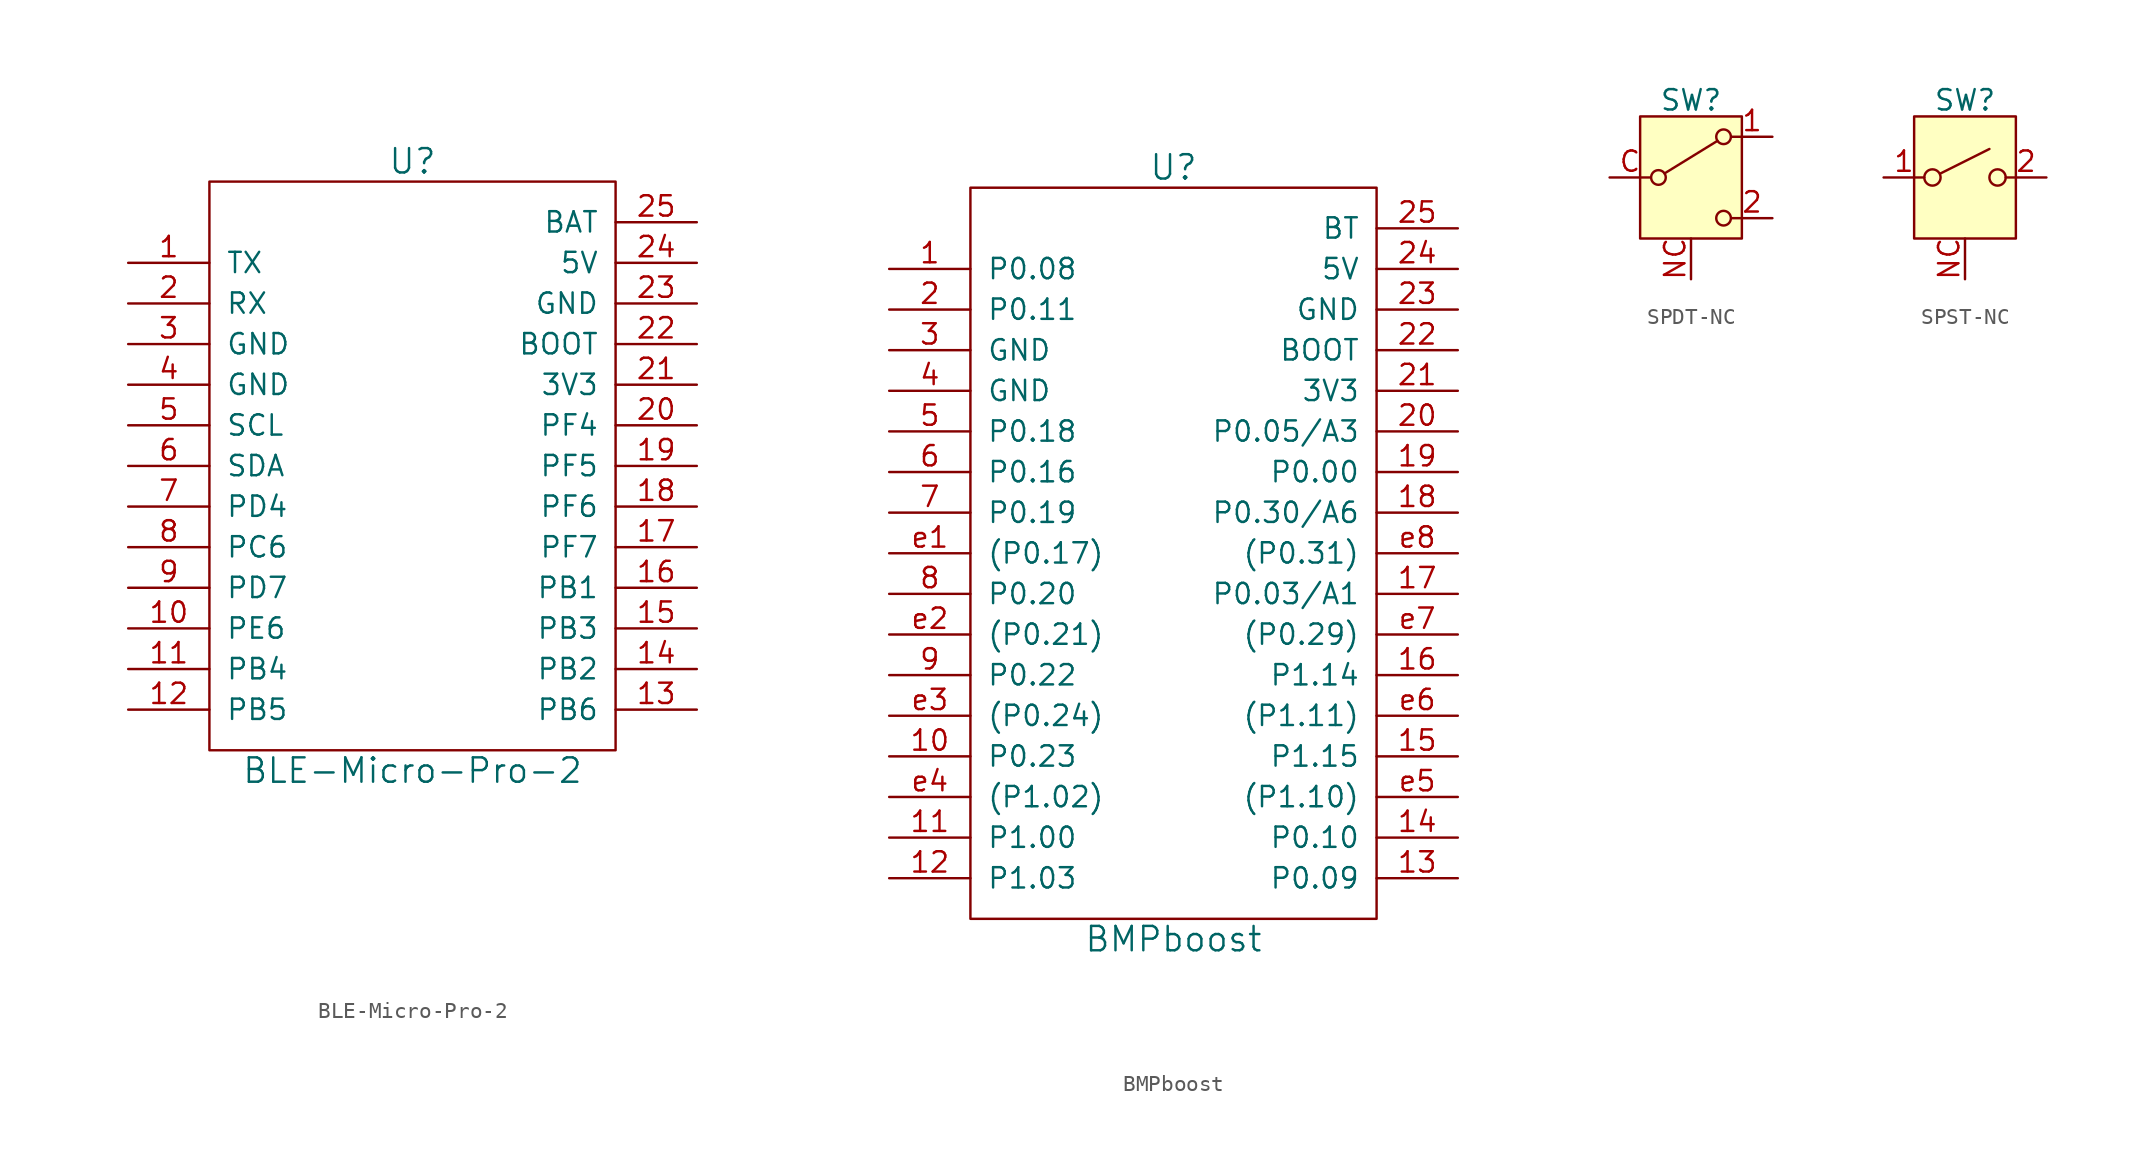
<source format=kicad_sym>
(kicad_symbol_lib
  (version 20241209)
  (generator "kicad_symbol_editor")
  (generator_version "9.0")
  (symbol "BLE-Micro-Pro-2"
    (pin_names
      (offset 1.016))
    (property "Reference" "U"
      (at 0 20.32 0)
      (effects (font (size 1.524 1.524))))
    (property "Value" "BLE-Micro-Pro-2"
      (at 0 -17.78 0)
      (effects (font (size 1.524 1.524))))
    (property "Footprint" ""
      (at 2.54 -26.67 0)
      (effects (font (size 1.524 1.524))))
    (property "Datasheet" ""
      (at 2.54 -26.67 0)
      (effects (font (size 1.524 1.524))))
    (symbol "BLE-Micro-Pro-2_0_1"
      (rectangle (start -12.7 19.05) (end 12.7 -16.51) (stroke (width 0) (type solid)) (fill (type none))))
    (symbol "BLE-Micro-Pro-2_1_1"
      (pin bidirectional line (at -17.78 13.97 0) (length 5.08) (name "TX" (effects (font (size 1.27 1.27)))) (number "1" (effects (font (size 1.27 1.27)))))
      (pin bidirectional line (at -17.78 11.43 0) (length 5.08) (name "RX" (effects (font (size 1.27 1.27)))) (number "2" (effects (font (size 1.27 1.27)))))
      (pin power_in line (at -17.78 8.89 0) (length 5.08) (name "GND" (effects (font (size 1.27 1.27)))) (number "3" (effects (font (size 1.27 1.27)))))
      (pin power_in line (at -17.78 6.35 0) (length 5.08) (name "GND" (effects (font (size 1.27 1.27)))) (number "4" (effects (font (size 1.27 1.27)))))
      (pin bidirectional line (at -17.78 3.81 0) (length 5.08) (name "SCL" (effects (font (size 1.27 1.27)))) (number "5" (effects (font (size 1.27 1.27)))))
      (pin bidirectional line (at -17.78 1.27 0) (length 5.08) (name "SDA" (effects (font (size 1.27 1.27)))) (number "6" (effects (font (size 1.27 1.27)))))
      (pin bidirectional line (at -17.78 -1.27 0) (length 5.08) (name "PD4" (effects (font (size 1.27 1.27)))) (number "7" (effects (font (size 1.27 1.27)))))
      (pin bidirectional line (at -17.78 -3.81 0) (length 5.08) (name "PC6" (effects (font (size 1.27 1.27)))) (number "8" (effects (font (size 1.27 1.27)))))
      (pin bidirectional line (at -17.78 -6.35 0) (length 5.08) (name "PD7" (effects (font (size 1.27 1.27)))) (number "9" (effects (font (size 1.27 1.27)))))
      (pin bidirectional line (at -17.78 -8.89 0) (length 5.08) (name "PE6" (effects (font (size 1.27 1.27)))) (number "10" (effects (font (size 1.27 1.27)))))
      (pin bidirectional line (at -17.78 -11.43 0) (length 5.08) (name "PB4" (effects (font (size 1.27 1.27)))) (number "11" (effects (font (size 1.27 1.27)))))
      (pin bidirectional line (at -17.78 -13.97 0) (length 5.08) (name "PB5" (effects (font (size 1.27 1.27)))) (number "12" (effects (font (size 1.27 1.27)))))
      (pin power_in line (at 17.78 16.51 180) (length 5.08) (name "BAT" (effects (font (size 1.27 1.27)))) (number "25" (effects (font (size 1.27 1.27)))))
      (pin power_out line (at 17.78 13.97 180) (length 5.08) (name "5V" (effects (font (size 1.27 1.27)))) (number "24" (effects (font (size 1.27 1.27)))))
      (pin power_in line (at 17.78 11.43 180) (length 5.08) (name "GND" (effects (font (size 1.27 1.27)))) (number "23" (effects (font (size 1.27 1.27)))))
      (pin input line (at 17.78 8.89 180) (length 5.08) (name "BOOT" (effects (font (size 1.27 1.27)))) (number "22" (effects (font (size 1.27 1.27)))))
      (pin power_in line (at 17.78 6.35 180) (length 5.08) (name "3V3" (effects (font (size 1.27 1.27)))) (number "21" (effects (font (size 1.27 1.27)))))
      (pin bidirectional line (at 17.78 3.81 180) (length 5.08) (name "PF4" (effects (font (size 1.27 1.27)))) (number "20" (effects (font (size 1.27 1.27)))))
      (pin bidirectional line (at 17.78 1.27 180) (length 5.08) (name "PF5" (effects (font (size 1.27 1.27)))) (number "19" (effects (font (size 1.27 1.27)))))
      (pin bidirectional line (at 17.78 -1.27 180) (length 5.08) (name "PF6" (effects (font (size 1.27 1.27)))) (number "18" (effects (font (size 1.27 1.27)))))
      (pin bidirectional line (at 17.78 -3.81 180) (length 5.08) (name "PF7" (effects (font (size 1.27 1.27)))) (number "17" (effects (font (size 1.27 1.27)))))
      (pin bidirectional line (at 17.78 -6.35 180) (length 5.08) (name "PB1" (effects (font (size 1.27 1.27)))) (number "16" (effects (font (size 1.27 1.27)))))
      (pin bidirectional line (at 17.78 -8.89 180) (length 5.08) (name "PB3" (effects (font (size 1.27 1.27)))) (number "15" (effects (font (size 1.27 1.27)))))
      (pin bidirectional line (at 17.78 -11.43 180) (length 5.08) (name "PB2" (effects (font (size 1.27 1.27)))) (number "14" (effects (font (size 1.27 1.27)))))
      (pin bidirectional line (at 17.78 -13.97 180) (length 5.08) (name "PB6" (effects (font (size 1.27 1.27)))) (number "13" (effects (font (size 1.27 1.27)))))))
  (symbol "BMPboost"
    (pin_names
      (offset 1.016))
    (property "Reference" "U"
      (at 0 25.4 0)
      (effects (font (size 1.524 1.524))))
    (property "Value" "BMPboost"
      (at 0 -22.86 0)
      (effects (font (size 1.524 1.524))))
    (property "Footprint" ""
      (at 2.54 -25.4 0)
      (effects (font (size 1.524 1.524))))
    (property "Datasheet" ""
      (at 2.54 -25.4 0)
      (effects (font (size 1.524 1.524))))
    (symbol "BMPboost_0_1"
      (rectangle (start -12.7 24.13) (end 12.7 -21.59) (stroke (width 0) (type solid)) (fill (type none))))
    (symbol "BMPboost_1_1"
      (pin bidirectional line (at -17.78 19.05 0) (length 5.08) (name "P0.08" (effects (font (size 1.27 1.27)))) (number "1" (effects (font (size 1.27 1.27)))))
      (pin bidirectional line (at -17.78 16.51 0) (length 5.08) (name "P0.11" (effects (font (size 1.27 1.27)))) (number "2" (effects (font (size 1.27 1.27)))))
      (pin power_in line (at -17.78 13.97 0) (length 5.08) (name "GND" (effects (font (size 1.27 1.27)))) (number "3" (effects (font (size 1.27 1.27)))))
      (pin power_in line (at -17.78 11.43 0) (length 5.08) (name "GND" (effects (font (size 1.27 1.27)))) (number "4" (effects (font (size 1.27 1.27)))))
      (pin bidirectional line (at -17.78 8.89 0) (length 5.08) (name "P0.18" (effects (font (size 1.27 1.27)))) (number "5" (effects (font (size 1.27 1.27)))))
      (pin bidirectional line (at -17.78 6.35 0) (length 5.08) (name "P0.16" (effects (font (size 1.27 1.27)))) (number "6" (effects (font (size 1.27 1.27)))))
      (pin bidirectional line (at -17.78 3.81 0) (length 5.08) (name "P0.19" (effects (font (size 1.27 1.27)))) (number "7" (effects (font (size 1.27 1.27)))))
      (pin bidirectional line (at -17.78 1.27 0) (length 5.08) (name "(P0.17)" (effects (font (size 1.27 1.27)))) (number "e1" (effects (font (size 1.27 1.27)))))
      (pin bidirectional line (at -17.78 -1.27 0) (length 5.08) (name "P0.20" (effects (font (size 1.27 1.27)))) (number "8" (effects (font (size 1.27 1.27)))))
      (pin bidirectional line (at -17.78 -3.81 0) (length 5.08) (name "(P0.21)" (effects (font (size 1.27 1.27)))) (number "e2" (effects (font (size 1.27 1.27)))))
      (pin bidirectional line (at -17.78 -6.35 0) (length 5.08) (name "P0.22" (effects (font (size 1.27 1.27)))) (number "9" (effects (font (size 1.27 1.27)))))
      (pin bidirectional line (at -17.78 -8.89 0) (length 5.08) (name "(P0.24)" (effects (font (size 1.27 1.27)))) (number "e3" (effects (font (size 1.27 1.27)))))
      (pin bidirectional line (at -17.78 -11.43 0) (length 5.08) (name "P0.23" (effects (font (size 1.27 1.27)))) (number "10" (effects (font (size 1.27 1.27)))))
      (pin bidirectional line (at -17.78 -13.97 0) (length 5.08) (name "(P1.02)" (effects (font (size 1.27 1.27)))) (number "e4" (effects (font (size 1.27 1.27)))))
      (pin bidirectional line (at -17.78 -16.51 0) (length 5.08) (name "P1.00" (effects (font (size 1.27 1.27)))) (number "11" (effects (font (size 1.27 1.27)))))
      (pin bidirectional line (at -17.78 -19.05 0) (length 5.08) (name "P1.03" (effects (font (size 1.27 1.27)))) (number "12" (effects (font (size 1.27 1.27)))))
      (pin power_in line (at 17.78 21.59 180) (length 5.08) (name "BT" (effects (font (size 1.27 1.27)))) (number "25" (effects (font (size 1.27 1.27)))))
      (pin power_in line (at 17.78 19.05 180) (length 5.08) (name "5V" (effects (font (size 1.27 1.27)))) (number "24" (effects (font (size 1.27 1.27)))))
      (pin power_in line (at 17.78 16.51 180) (length 5.08) (name "GND" (effects (font (size 1.27 1.27)))) (number "23" (effects (font (size 1.27 1.27)))))
      (pin input line (at 17.78 13.97 180) (length 5.08) (name "BOOT" (effects (font (size 1.27 1.27)))) (number "22" (effects (font (size 1.27 1.27)))))
      (pin power_out line (at 17.78 11.43 180) (length 5.08) (name "3V3" (effects (font (size 1.27 1.27)))) (number "21" (effects (font (size 1.27 1.27)))))
      (pin bidirectional line (at 17.78 8.89 180) (length 5.08) (name "P0.05/A3" (effects (font (size 1.27 1.27)))) (number "20" (effects (font (size 1.27 1.27)))))
      (pin bidirectional line (at 17.78 6.35 180) (length 5.08) (name "P0.00" (effects (font (size 1.27 1.27)))) (number "19" (effects (font (size 1.27 1.27)))))
      (pin bidirectional line (at 17.78 3.81 180) (length 5.08) (name "P0.30/A6" (effects (font (size 1.27 1.27)))) (number "18" (effects (font (size 1.27 1.27)))))
      (pin bidirectional line (at 17.78 1.27 180) (length 5.08) (name "(P0.31)" (effects (font (size 1.27 1.27)))) (number "e8" (effects (font (size 1.27 1.27)))))
      (pin bidirectional line (at 17.78 -1.27 180) (length 5.08) (name "P0.03/A1" (effects (font (size 1.27 1.27)))) (number "17" (effects (font (size 1.27 1.27)))))
      (pin bidirectional line (at 17.78 -3.81 180) (length 5.08) (name "(P0.29)" (effects (font (size 1.27 1.27)))) (number "e7" (effects (font (size 1.27 1.27)))))
      (pin bidirectional line (at 17.78 -6.35 180) (length 5.08) (name "P1.14" (effects (font (size 1.27 1.27)))) (number "16" (effects (font (size 1.27 1.27)))))
      (pin bidirectional line (at 17.78 -8.89 180) (length 5.08) (name "(P1.11)" (effects (font (size 1.27 1.27)))) (number "e6" (effects (font (size 1.27 1.27)))))
      (pin bidirectional line (at 17.78 -11.43 180) (length 5.08) (name "P1.15" (effects (font (size 1.27 1.27)))) (number "15" (effects (font (size 1.27 1.27)))))
      (pin bidirectional line (at 17.78 -13.97 180) (length 5.08) (name "(P1.10)" (effects (font (size 1.27 1.27)))) (number "e5" (effects (font (size 1.27 1.27)))))
      (pin bidirectional line (at 17.78 -16.51 180) (length 5.08) (name "P0.10" (effects (font (size 1.27 1.27)))) (number "14" (effects (font (size 1.27 1.27)))))
      (pin bidirectional line (at 17.78 -19.05 180) (length 5.08) (name "P0.09" (effects (font (size 1.27 1.27)))) (number "13" (effects (font (size 1.27 1.27)))))))
  (symbol "SPDT-NC"
    (pin_names
      (offset 0)
      (hide yes))
    (property "Reference" "SW"
      (at 0 4.826 0)
      (effects (font (size 1.27 1.27))))
    (symbol "SPDT-NC_0_1"
      (circle (center -2.032 0) (radius 0.457) (stroke (width 0) (type default)) (fill (type none)))
      (polyline (pts (xy -1.651 0.254) (xy 1.651 2.286)) (stroke (width 0) (type default)) (fill (type none)))
      (circle (center 2.032 2.54) (radius 0.457) (stroke (width 0) (type default)) (fill (type none)))
      (circle (center 2.032 -2.54) (radius 0.457) (stroke (width 0) (type default)) (fill (type none))))
    (symbol "SPDT-NC_1_1"
      (rectangle (start -3.175 3.81) (end 3.175 -3.81) (stroke (width 0) (type default)) (fill (type background)))
      (pin passive line (at -5.08 0 0) (length 2.54) (name "B" (effects (font (size 1.27 1.27)))) (number "C" (effects (font (size 1.27 1.27)))))
      (pin free line (at 0 -6.35 90) (length 2.54) (name "NC" (effects (font (size 1.27 1.27)))) (number "NC" (effects (font (size 1.27 1.27)))))
      (pin passive line (at 5.08 2.54 180) (length 2.54) (name "A" (effects (font (size 1.27 1.27)))) (number "1" (effects (font (size 1.27 1.27)))))
      (pin passive line (at 5.08 -2.54 180) (length 2.54) (name "C" (effects (font (size 1.27 1.27)))) (number "2" (effects (font (size 1.27 1.27)))))))
  (symbol "SPST-NC"
    (pin_names
      (offset 0)
      (hide yes))
    (property "Reference" "SW"
      (at 0 4.826 0)
      (effects (font (size 1.27 1.27))))
    (symbol "SPST-NC_0_0"
      (circle (center -2.032 0) (radius 0.508) (stroke (width 0) (type default)) (fill (type none)))
      (polyline (pts (xy -1.524 0.254) (xy 1.524 1.778)) (stroke (width 0) (type default)) (fill (type none)))
      (circle (center 2.032 0) (radius 0.508) (stroke (width 0) (type default)) (fill (type none))))
    (symbol "SPST-NC_1_1"
      (rectangle (start -3.175 3.81) (end 3.175 -3.81) (stroke (width 0) (type default)) (fill (type background)))
      (pin passive line (at -5.08 0 0) (length 2.54) (name "A" (effects (font (size 1.27 1.27)))) (number "1" (effects (font (size 1.27 1.27)))))
      (pin free line (at 0 -6.35 90) (length 2.54) (name "NC" (effects (font (size 1.27 1.27)))) (number "NC" (effects (font (size 1.27 1.27)))))
      (pin passive line (at 5.08 0 180) (length 2.54) (name "B" (effects (font (size 1.27 1.27)))) (number "2" (effects (font (size 1.27 1.27))))))))
</source>
